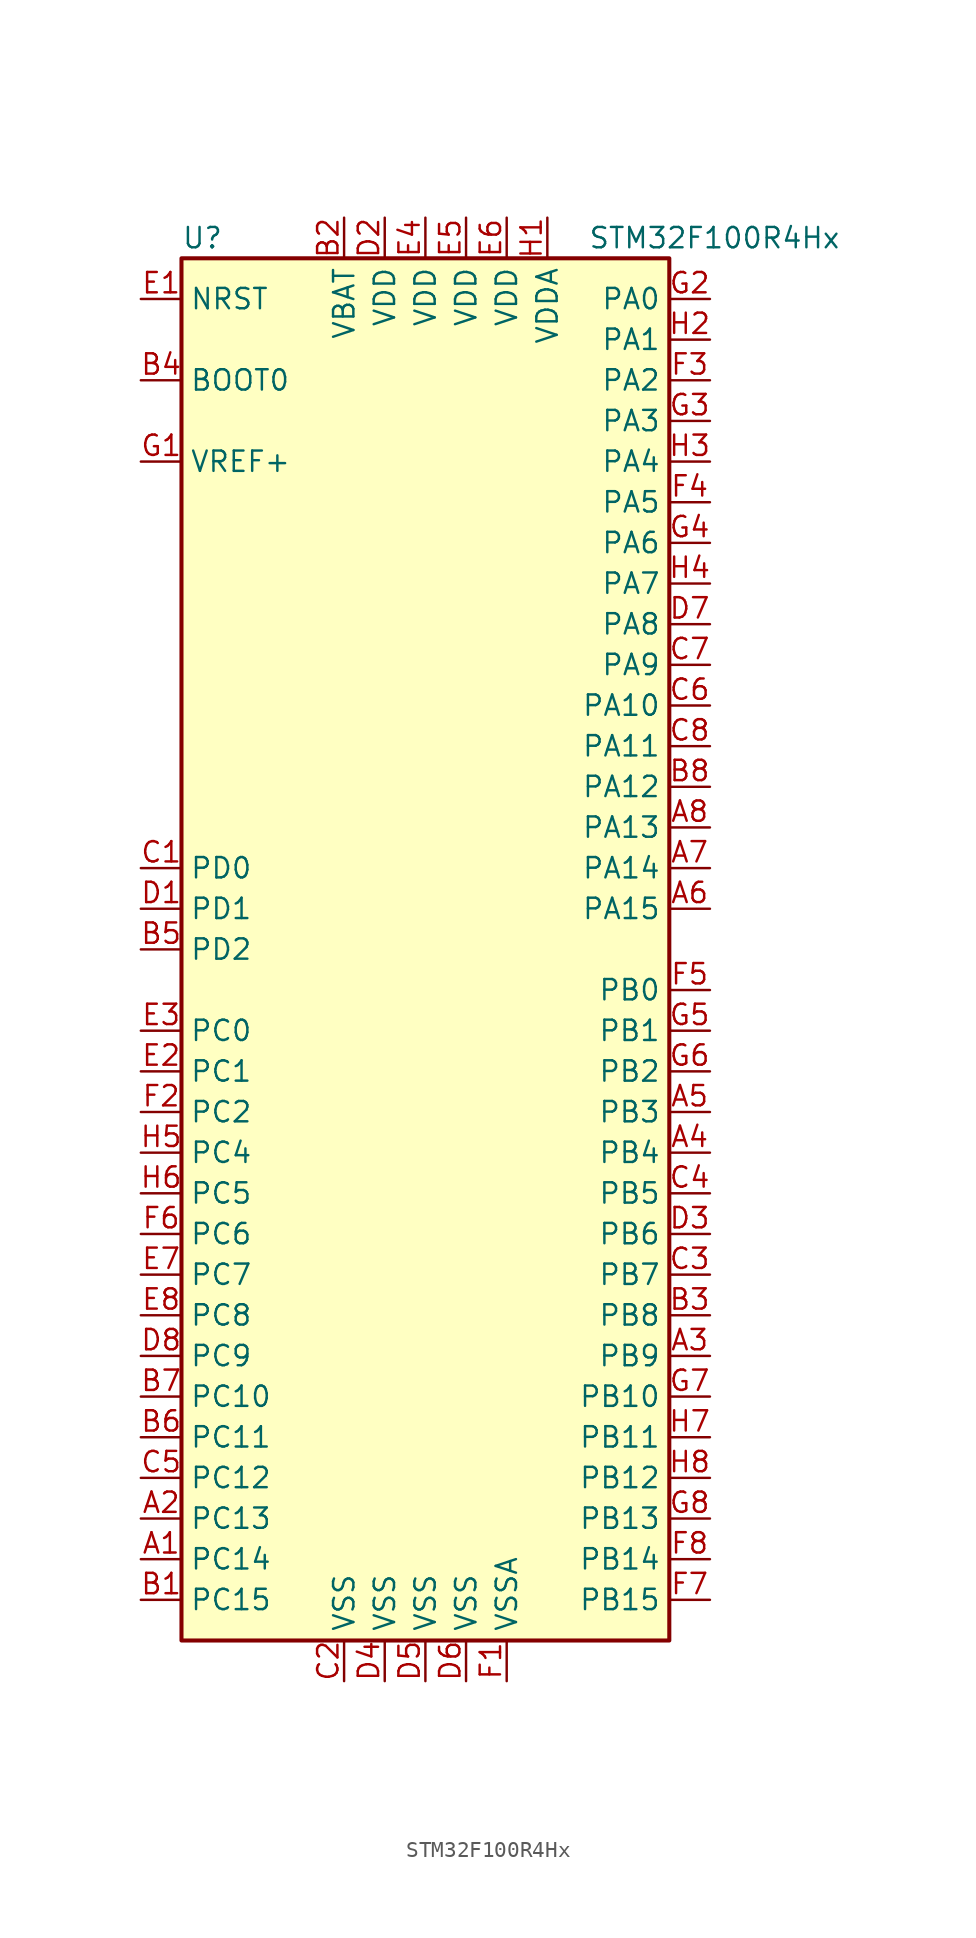
<source format=kicad_sym>
(kicad_symbol_lib
  (version 20211014)
  (generator kicad_symbol_editor)
  (symbol "STM32F100R4Hx"
    (property "Reference" "U"
      (at -15.24 44.45 0)
      (effects (font (size 1.27 1.27)) (justify left)))
    (property "Value" "STM32F100R4Hx"
      (at 10.16 44.45 0)
      (effects (font (size 1.27 1.27)) (justify left)))
    (symbol "STM32F100R4Hx_0_1"
      (rectangle (start -15.24 -43.18) (end 15.24 43.18) (stroke (width 0.254) (type default) (color 0 0 0 0)) (fill (type background))))
    (symbol "STM32F100R4Hx_1_1"
      (pin bidirectional line (at -17.78 -38.1 0) (length 2.54) (name "PC14" (effects (font (size 1.27 1.27)))) (number "A1" (effects (font (size 1.27 1.27)))))
      (pin bidirectional line (at -17.78 -35.56 0) (length 2.54) (name "PC13" (effects (font (size 1.27 1.27)))) (number "A2" (effects (font (size 1.27 1.27)))))
      (pin bidirectional line (at 17.78 -25.4 180) (length 2.54) (name "PB9" (effects (font (size 1.27 1.27)))) (number "A3" (effects (font (size 1.27 1.27)))))
      (pin bidirectional line (at 17.78 -12.7 180) (length 2.54) (name "PB4" (effects (font (size 1.27 1.27)))) (number "A4" (effects (font (size 1.27 1.27)))))
      (pin bidirectional line (at 17.78 -10.16 180) (length 2.54) (name "PB3" (effects (font (size 1.27 1.27)))) (number "A5" (effects (font (size 1.27 1.27)))))
      (pin bidirectional line (at 17.78 2.54 180) (length 2.54) (name "PA15" (effects (font (size 1.27 1.27)))) (number "A6" (effects (font (size 1.27 1.27)))))
      (pin bidirectional line (at 17.78 5.08 180) (length 2.54) (name "PA14" (effects (font (size 1.27 1.27)))) (number "A7" (effects (font (size 1.27 1.27)))))
      (pin bidirectional line (at 17.78 7.62 180) (length 2.54) (name "PA13" (effects (font (size 1.27 1.27)))) (number "A8" (effects (font (size 1.27 1.27)))))
      (pin bidirectional line (at -17.78 -40.64 0) (length 2.54) (name "PC15" (effects (font (size 1.27 1.27)))) (number "B1" (effects (font (size 1.27 1.27)))))
      (pin power_in line (at -5.08 45.72 270) (length 2.54) (name "VBAT" (effects (font (size 1.27 1.27)))) (number "B2" (effects (font (size 1.27 1.27)))))
      (pin bidirectional line (at 17.78 -22.86 180) (length 2.54) (name "PB8" (effects (font (size 1.27 1.27)))) (number "B3" (effects (font (size 1.27 1.27)))))
      (pin input line (at -17.78 35.56 0) (length 2.54) (name "BOOT0" (effects (font (size 1.27 1.27)))) (number "B4" (effects (font (size 1.27 1.27)))))
      (pin bidirectional line (at -17.78 0 0) (length 2.54) (name "PD2" (effects (font (size 1.27 1.27)))) (number "B5" (effects (font (size 1.27 1.27)))))
      (pin bidirectional line (at -17.78 -30.48 0) (length 2.54) (name "PC11" (effects (font (size 1.27 1.27)))) (number "B6" (effects (font (size 1.27 1.27)))))
      (pin bidirectional line (at -17.78 -27.94 0) (length 2.54) (name "PC10" (effects (font (size 1.27 1.27)))) (number "B7" (effects (font (size 1.27 1.27)))))
      (pin bidirectional line (at 17.78 10.16 180) (length 2.54) (name "PA12" (effects (font (size 1.27 1.27)))) (number "B8" (effects (font (size 1.27 1.27)))))
      (pin input line (at -17.78 5.08 0) (length 2.54) (name "PD0" (effects (font (size 1.27 1.27)))) (number "C1" (effects (font (size 1.27 1.27)))))
      (pin power_in line (at -5.08 -45.72 90) (length 2.54) (name "VSS" (effects (font (size 1.27 1.27)))) (number "C2" (effects (font (size 1.27 1.27)))))
      (pin bidirectional line (at 17.78 -20.32 180) (length 2.54) (name "PB7" (effects (font (size 1.27 1.27)))) (number "C3" (effects (font (size 1.27 1.27)))))
      (pin bidirectional line (at 17.78 -15.24 180) (length 2.54) (name "PB5" (effects (font (size 1.27 1.27)))) (number "C4" (effects (font (size 1.27 1.27)))))
      (pin bidirectional line (at -17.78 -33.02 0) (length 2.54) (name "PC12" (effects (font (size 1.27 1.27)))) (number "C5" (effects (font (size 1.27 1.27)))))
      (pin bidirectional line (at 17.78 15.24 180) (length 2.54) (name "PA10" (effects (font (size 1.27 1.27)))) (number "C6" (effects (font (size 1.27 1.27)))))
      (pin bidirectional line (at 17.78 17.78 180) (length 2.54) (name "PA9" (effects (font (size 1.27 1.27)))) (number "C7" (effects (font (size 1.27 1.27)))))
      (pin bidirectional line (at 17.78 12.7 180) (length 2.54) (name "PA11" (effects (font (size 1.27 1.27)))) (number "C8" (effects (font (size 1.27 1.27)))))
      (pin input line (at -17.78 2.54 0) (length 2.54) (name "PD1" (effects (font (size 1.27 1.27)))) (number "D1" (effects (font (size 1.27 1.27)))))
      (pin power_in line (at -2.54 45.72 270) (length 2.54) (name "VDD" (effects (font (size 1.27 1.27)))) (number "D2" (effects (font (size 1.27 1.27)))))
      (pin bidirectional line (at 17.78 -17.78 180) (length 2.54) (name "PB6" (effects (font (size 1.27 1.27)))) (number "D3" (effects (font (size 1.27 1.27)))))
      (pin power_in line (at -2.54 -45.72 90) (length 2.54) (name "VSS" (effects (font (size 1.27 1.27)))) (number "D4" (effects (font (size 1.27 1.27)))))
      (pin power_in line (at 0 -45.72 90) (length 2.54) (name "VSS" (effects (font (size 1.27 1.27)))) (number "D5" (effects (font (size 1.27 1.27)))))
      (pin power_in line (at 2.54 -45.72 90) (length 2.54) (name "VSS" (effects (font (size 1.27 1.27)))) (number "D6" (effects (font (size 1.27 1.27)))))
      (pin bidirectional line (at 17.78 20.32 180) (length 2.54) (name "PA8" (effects (font (size 1.27 1.27)))) (number "D7" (effects (font (size 1.27 1.27)))))
      (pin bidirectional line (at -17.78 -25.4 0) (length 2.54) (name "PC9" (effects (font (size 1.27 1.27)))) (number "D8" (effects (font (size 1.27 1.27)))))
      (pin input line (at -17.78 40.64 0) (length 2.54) (name "NRST" (effects (font (size 1.27 1.27)))) (number "E1" (effects (font (size 1.27 1.27)))))
      (pin bidirectional line (at -17.78 -7.62 0) (length 2.54) (name "PC1" (effects (font (size 1.27 1.27)))) (number "E2" (effects (font (size 1.27 1.27)))))
      (pin bidirectional line (at -17.78 -5.08 0) (length 2.54) (name "PC0" (effects (font (size 1.27 1.27)))) (number "E3" (effects (font (size 1.27 1.27)))))
      (pin power_in line (at 0 45.72 270) (length 2.54) (name "VDD" (effects (font (size 1.27 1.27)))) (number "E4" (effects (font (size 1.27 1.27)))))
      (pin power_in line (at 2.54 45.72 270) (length 2.54) (name "VDD" (effects (font (size 1.27 1.27)))) (number "E5" (effects (font (size 1.27 1.27)))))
      (pin power_in line (at 5.08 45.72 270) (length 2.54) (name "VDD" (effects (font (size 1.27 1.27)))) (number "E6" (effects (font (size 1.27 1.27)))))
      (pin bidirectional line (at -17.78 -20.32 0) (length 2.54) (name "PC7" (effects (font (size 1.27 1.27)))) (number "E7" (effects (font (size 1.27 1.27)))))
      (pin bidirectional line (at -17.78 -22.86 0) (length 2.54) (name "PC8" (effects (font (size 1.27 1.27)))) (number "E8" (effects (font (size 1.27 1.27)))))
      (pin power_in line (at 5.08 -45.72 90) (length 2.54) (name "VSSA" (effects (font (size 1.27 1.27)))) (number "F1" (effects (font (size 1.27 1.27)))))
      (pin bidirectional line (at -17.78 -10.16 0) (length 2.54) (name "PC2" (effects (font (size 1.27 1.27)))) (number "F2" (effects (font (size 1.27 1.27)))))
      (pin bidirectional line (at 17.78 35.56 180) (length 2.54) (name "PA2" (effects (font (size 1.27 1.27)))) (number "F3" (effects (font (size 1.27 1.27)))))
      (pin bidirectional line (at 17.78 27.94 180) (length 2.54) (name "PA5" (effects (font (size 1.27 1.27)))) (number "F4" (effects (font (size 1.27 1.27)))))
      (pin bidirectional line (at 17.78 -2.54 180) (length 2.54) (name "PB0" (effects (font (size 1.27 1.27)))) (number "F5" (effects (font (size 1.27 1.27)))))
      (pin bidirectional line (at -17.78 -17.78 0) (length 2.54) (name "PC6" (effects (font (size 1.27 1.27)))) (number "F6" (effects (font (size 1.27 1.27)))))
      (pin bidirectional line (at 17.78 -40.64 180) (length 2.54) (name "PB15" (effects (font (size 1.27 1.27)))) (number "F7" (effects (font (size 1.27 1.27)))))
      (pin bidirectional line (at 17.78 -38.1 180) (length 2.54) (name "PB14" (effects (font (size 1.27 1.27)))) (number "F8" (effects (font (size 1.27 1.27)))))
      (pin power_in line (at -17.78 30.48 0) (length 2.54) (name "VREF+" (effects (font (size 1.27 1.27)))) (number "G1" (effects (font (size 1.27 1.27)))))
      (pin bidirectional line (at 17.78 40.64 180) (length 2.54) (name "PA0" (effects (font (size 1.27 1.27)))) (number "G2" (effects (font (size 1.27 1.27)))))
      (pin bidirectional line (at 17.78 33.02 180) (length 2.54) (name "PA3" (effects (font (size 1.27 1.27)))) (number "G3" (effects (font (size 1.27 1.27)))))
      (pin bidirectional line (at 17.78 25.4 180) (length 2.54) (name "PA6" (effects (font (size 1.27 1.27)))) (number "G4" (effects (font (size 1.27 1.27)))))
      (pin bidirectional line (at 17.78 -5.08 180) (length 2.54) (name "PB1" (effects (font (size 1.27 1.27)))) (number "G5" (effects (font (size 1.27 1.27)))))
      (pin bidirectional line (at 17.78 -7.62 180) (length 2.54) (name "PB2" (effects (font (size 1.27 1.27)))) (number "G6" (effects (font (size 1.27 1.27)))))
      (pin bidirectional line (at 17.78 -27.94 180) (length 2.54) (name "PB10" (effects (font (size 1.27 1.27)))) (number "G7" (effects (font (size 1.27 1.27)))))
      (pin bidirectional line (at 17.78 -35.56 180) (length 2.54) (name "PB13" (effects (font (size 1.27 1.27)))) (number "G8" (effects (font (size 1.27 1.27)))))
      (pin power_in line (at 7.62 45.72 270) (length 2.54) (name "VDDA" (effects (font (size 1.27 1.27)))) (number "H1" (effects (font (size 1.27 1.27)))))
      (pin bidirectional line (at 17.78 38.1 180) (length 2.54) (name "PA1" (effects (font (size 1.27 1.27)))) (number "H2" (effects (font (size 1.27 1.27)))))
      (pin bidirectional line (at 17.78 30.48 180) (length 2.54) (name "PA4" (effects (font (size 1.27 1.27)))) (number "H3" (effects (font (size 1.27 1.27)))))
      (pin bidirectional line (at 17.78 22.86 180) (length 2.54) (name "PA7" (effects (font (size 1.27 1.27)))) (number "H4" (effects (font (size 1.27 1.27)))))
      (pin bidirectional line (at -17.78 -12.7 0) (length 2.54) (name "PC4" (effects (font (size 1.27 1.27)))) (number "H5" (effects (font (size 1.27 1.27)))))
      (pin bidirectional line (at -17.78 -15.24 0) (length 2.54) (name "PC5" (effects (font (size 1.27 1.27)))) (number "H6" (effects (font (size 1.27 1.27)))))
      (pin bidirectional line (at 17.78 -30.48 180) (length 2.54) (name "PB11" (effects (font (size 1.27 1.27)))) (number "H7" (effects (font (size 1.27 1.27)))))
      (pin bidirectional line (at 17.78 -33.02 180) (length 2.54) (name "PB12" (effects (font (size 1.27 1.27)))) (number "H8" (effects (font (size 1.27 1.27))))))))
</source>
